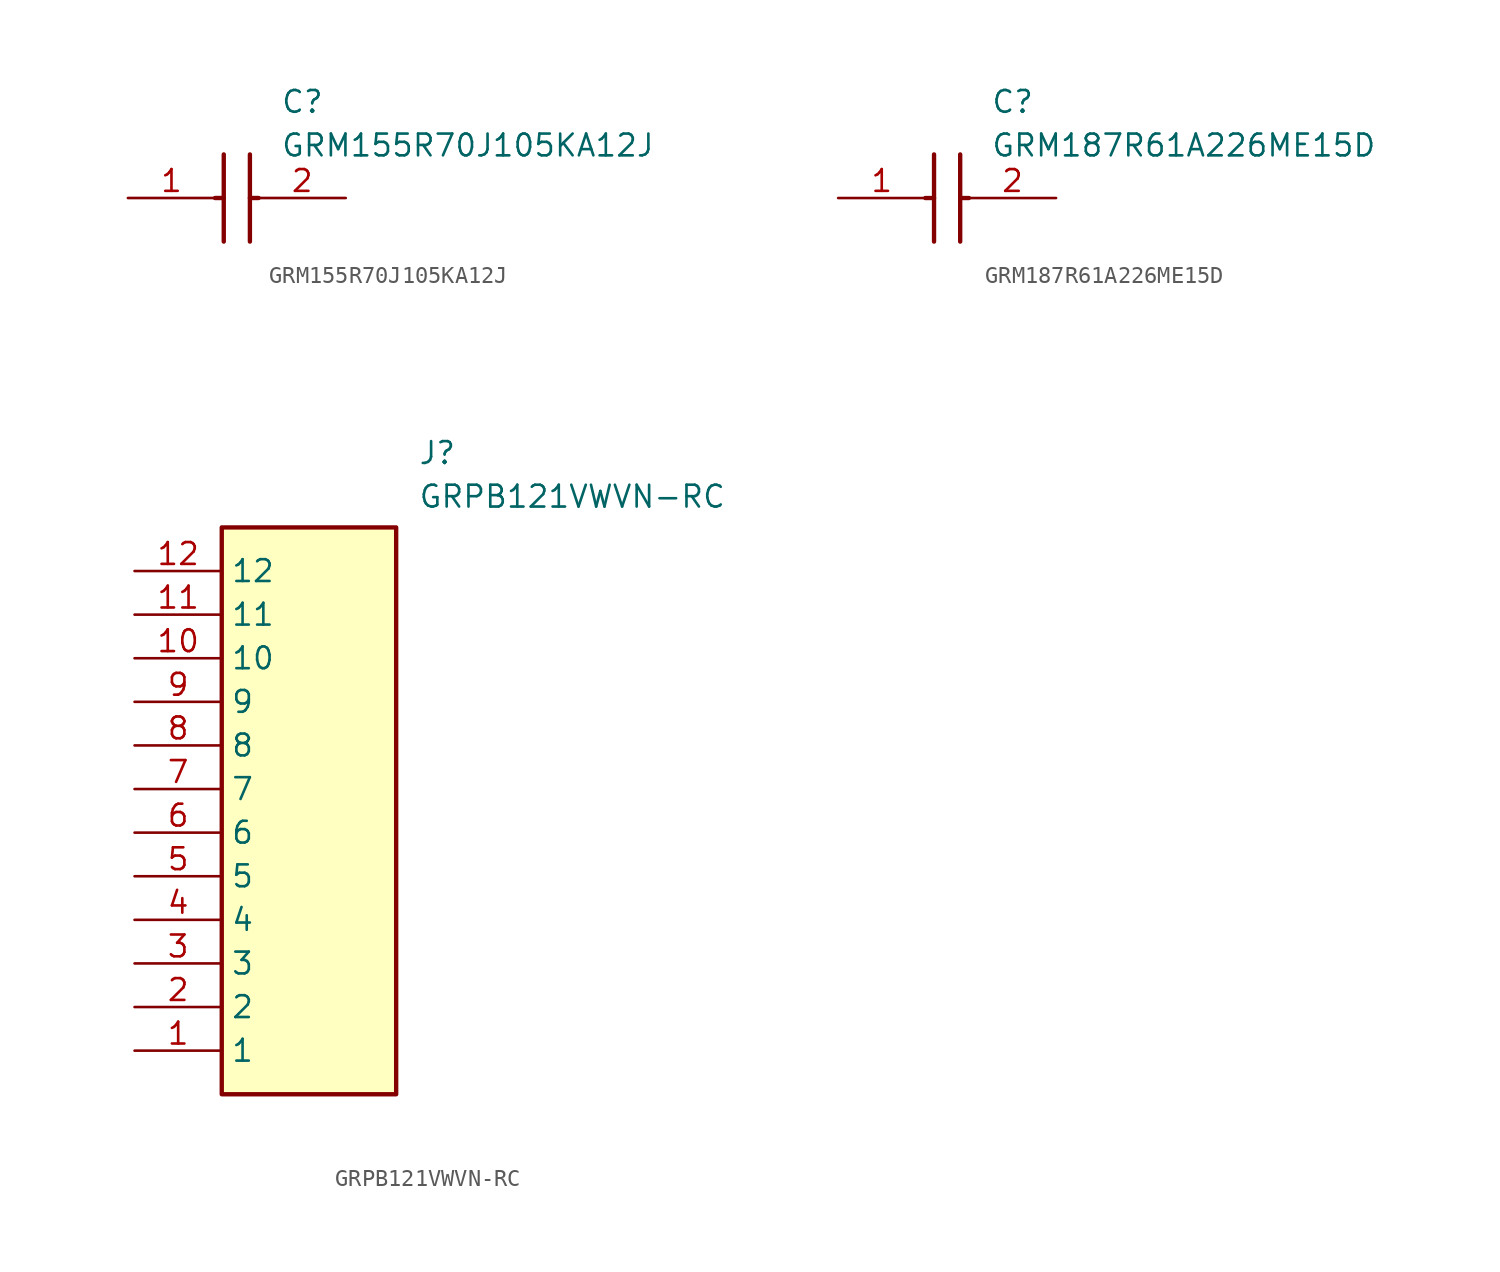
<source format=kicad_sym>
(kicad_symbol_lib
  (version 20220914)
  (generator kicad_symbol_editor)
  (symbol "GRM155R70J105KA12J"
    (pin_names hide)
    (property "Reference" "C"
      (at 8.89 6.35 0)
      (effects (font (size 1.27 1.27)) (justify left top)))
    (property "Value" "GRM155R70J105KA12J"
      (at 8.89 3.81 0)
      (effects (font (size 1.27 1.27)) (justify left top)))
    (polyline
      (pts (xy 5.588 2.54) (xy 5.588 -2.54))
      (stroke (width 0.254) (type default))
      (fill (type none)))
    (polyline
      (pts (xy 7.112 2.54) (xy 7.112 -2.54))
      (stroke (width 0.254) (type default))
      (fill (type none)))
    (polyline
      (pts (xy 5.08 0) (xy 5.588 0))
      (stroke (width 0.254) (type default))
      (fill (type none)))
    (polyline
      (pts (xy 7.112 0) (xy 7.62 0))
      (stroke (width 0.254) (type default))
      (fill (type none)))
    (pin passive line
      (at 0 0 0)
      (length 5.08)
      (name "1" (effects (font (size 1.27 1.27))))
      (number "1" (effects (font (size 1.27 1.27)))))
    (pin passive line
      (at 12.7 0 180)
      (length 5.08)
      (name "2" (effects (font (size 1.27 1.27))))
      (number "2" (effects (font (size 1.27 1.27))))))
  (symbol "GRM187R61A226ME15D"
    (pin_names hide)
    (property "Reference" "C"
      (at 8.89 6.35 0)
      (effects (font (size 1.27 1.27)) (justify left top)))
    (property "Value" "GRM187R61A226ME15D"
      (at 8.89 3.81 0)
      (effects (font (size 1.27 1.27)) (justify left top)))
    (polyline
      (pts (xy 5.588 2.54) (xy 5.588 -2.54))
      (stroke (width 0.254) (type default))
      (fill (type none)))
    (polyline
      (pts (xy 7.112 2.54) (xy 7.112 -2.54))
      (stroke (width 0.254) (type default))
      (fill (type none)))
    (polyline
      (pts (xy 5.08 0) (xy 5.588 0))
      (stroke (width 0.254) (type default))
      (fill (type none)))
    (polyline
      (pts (xy 7.112 0) (xy 7.62 0))
      (stroke (width 0.254) (type default))
      (fill (type none)))
    (pin passive line
      (at 0 0 0)
      (length 5.08)
      (name "1" (effects (font (size 1.27 1.27))))
      (number "1" (effects (font (size 1.27 1.27)))))
    (pin passive line
      (at 12.7 0 180)
      (length 5.08)
      (name "2" (effects (font (size 1.27 1.27))))
      (number "2" (effects (font (size 1.27 1.27))))))
  (symbol "GRPB121VWVN-RC"
    (property "Reference" "J"
      (at 16.51 7.62 0)
      (effects (font (size 1.27 1.27)) (justify left top)))
    (property "Value" "GRPB121VWVN-RC"
      (at 16.51 5.08 0)
      (effects (font (size 1.27 1.27)) (justify left top)))
    (rectangle
      (start 5.08 2.54)
      (end 15.24 -30.48)
      (stroke (width 0.254) (type default))
      (fill (type background)))
    (pin passive line
      (at 0 -27.94 0)
      (length 5.08)
      (name "1" (effects (font (size 1.27 1.27))))
      (number "1" (effects (font (size 1.27 1.27)))))
    (pin passive line
      (at 0 -25.4 0)
      (length 5.08)
      (name "2" (effects (font (size 1.27 1.27))))
      (number "2" (effects (font (size 1.27 1.27)))))
    (pin passive line
      (at 0 -22.86 0)
      (length 5.08)
      (name "3" (effects (font (size 1.27 1.27))))
      (number "3" (effects (font (size 1.27 1.27)))))
    (pin passive line
      (at 0 -20.32 0)
      (length 5.08)
      (name "4" (effects (font (size 1.27 1.27))))
      (number "4" (effects (font (size 1.27 1.27)))))
    (pin passive line
      (at 0 -17.78 0)
      (length 5.08)
      (name "5" (effects (font (size 1.27 1.27))))
      (number "5" (effects (font (size 1.27 1.27)))))
    (pin passive line
      (at 0 -15.24 0)
      (length 5.08)
      (name "6" (effects (font (size 1.27 1.27))))
      (number "6" (effects (font (size 1.27 1.27)))))
    (pin passive line
      (at 0 -12.7 0)
      (length 5.08)
      (name "7" (effects (font (size 1.27 1.27))))
      (number "7" (effects (font (size 1.27 1.27)))))
    (pin passive line
      (at 0 -10.16 0)
      (length 5.08)
      (name "8" (effects (font (size 1.27 1.27))))
      (number "8" (effects (font (size 1.27 1.27)))))
    (pin passive line
      (at 0 -7.62 0)
      (length 5.08)
      (name "9" (effects (font (size 1.27 1.27))))
      (number "9" (effects (font (size 1.27 1.27)))))
    (pin passive line
      (at 0 -5.08 0)
      (length 5.08)
      (name "10" (effects (font (size 1.27 1.27))))
      (number "10" (effects (font (size 1.27 1.27)))))
    (pin passive line
      (at 0 -2.54 0)
      (length 5.08)
      (name "11" (effects (font (size 1.27 1.27))))
      (number "11" (effects (font (size 1.27 1.27)))))
    (pin passive line
      (at 0 0 0)
      (length 5.08)
      (name "12" (effects (font (size 1.27 1.27))))
      (number "12" (effects (font (size 1.27 1.27)))))))
</source>
